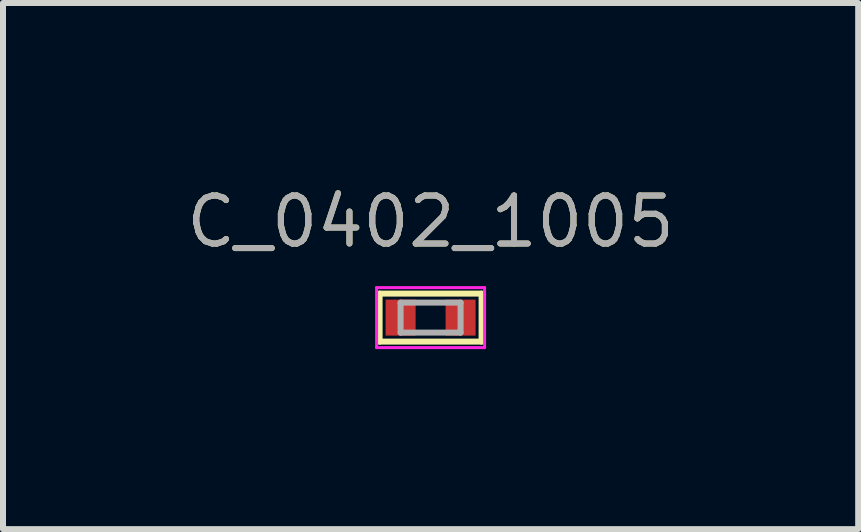
<source format=kicad_pcb>
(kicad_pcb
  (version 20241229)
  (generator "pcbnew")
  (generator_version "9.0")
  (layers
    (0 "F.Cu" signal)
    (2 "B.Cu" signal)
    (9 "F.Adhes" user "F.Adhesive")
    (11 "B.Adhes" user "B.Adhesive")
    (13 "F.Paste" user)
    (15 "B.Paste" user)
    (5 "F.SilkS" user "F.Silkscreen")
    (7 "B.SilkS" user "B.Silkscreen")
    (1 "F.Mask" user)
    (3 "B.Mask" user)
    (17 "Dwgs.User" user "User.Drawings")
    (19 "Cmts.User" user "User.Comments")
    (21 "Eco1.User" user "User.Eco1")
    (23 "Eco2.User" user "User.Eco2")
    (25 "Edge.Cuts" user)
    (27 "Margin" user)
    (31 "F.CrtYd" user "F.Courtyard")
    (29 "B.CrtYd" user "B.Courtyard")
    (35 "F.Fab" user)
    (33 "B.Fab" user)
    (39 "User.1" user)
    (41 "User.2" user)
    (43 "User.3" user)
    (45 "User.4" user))
  (footprint "C_0402_1005"
    (layer "F.Cu")
    (at 4.127 2.244)
    (property "Reference" "C_0402_1005" (at 0 -1.6 0) (layer "F.SilkS") (effects (font (size 0.8 0.8) (thickness 0.1))))
    (attr smd)
    (fp_line (start -0.85 -0.4) (end -0.85 0.4) (stroke (width 0.1) (type solid)) (layer "F.SilkS"))
    (fp_line (start -0.85 0.4) (end 0.85 0.4) (stroke (width 0.1) (type solid)) (layer "F.SilkS"))
    (fp_line (start 0.85 -0.4) (end -0.85 -0.4) (stroke (width 0.1) (type solid)) (layer "F.SilkS"))
    (fp_line (start 0.85 0.4) (end 0.85 -0.4) (stroke (width 0.1) (type solid)) (layer "F.SilkS"))
    (fp_line (start -0.9 -0.5) (end -0.9 0.5) (stroke (width 0.05) (type solid)) (layer "F.CrtYd"))
    (fp_line (start -0.9 0.5) (end 0.9 0.5) (stroke (width 0.05) (type solid)) (layer "F.CrtYd"))
    (fp_line (start 0.9 -0.5) (end -0.9 -0.5) (stroke (width 0.05) (type solid)) (layer "F.CrtYd"))
    (fp_line (start 0.9 0.5) (end 0.9 -0.5) (stroke (width 0.05) (type solid)) (layer "F.CrtYd"))
    (fp_line (start -0.5 -0.25) (end 0.5 -0.25) (stroke (width 0.1) (type solid)) (layer "F.Fab"))
    (fp_line (start -0.5 0.25) (end -0.5 -0.25) (stroke (width 0.1) (type solid)) (layer "F.Fab"))
    (fp_line (start 0.5 -0.25) (end 0.5 0.25) (stroke (width 0.1) (type solid)) (layer "F.Fab"))
    (fp_line (start 0.5 0.25) (end -0.5 0.25) (stroke (width 0.1) (type solid)) (layer "F.Fab"))
    (fp_text user "${REFERENCE}" (at 0 -1.6 0) (layer "F.Fab") (effects (font (size 0.8 0.8) (thickness 0.1))))
    (pad "1" smd rect (at -0.5 0) (size 0.5 0.6) (layers "F.Cu" "F.Mask" "F.Paste"))
    (pad "2" smd rect (at 0.5 0) (size 0.5 0.6) (layers "F.Cu" "F.Mask" "F.Paste")))
  (gr_rect
    (start -3 -3)
    (end 11.254 5.769)
    (stroke (width 0.1) (type default))
    (fill no)
    (layer "Edge.Cuts")))
</source>
